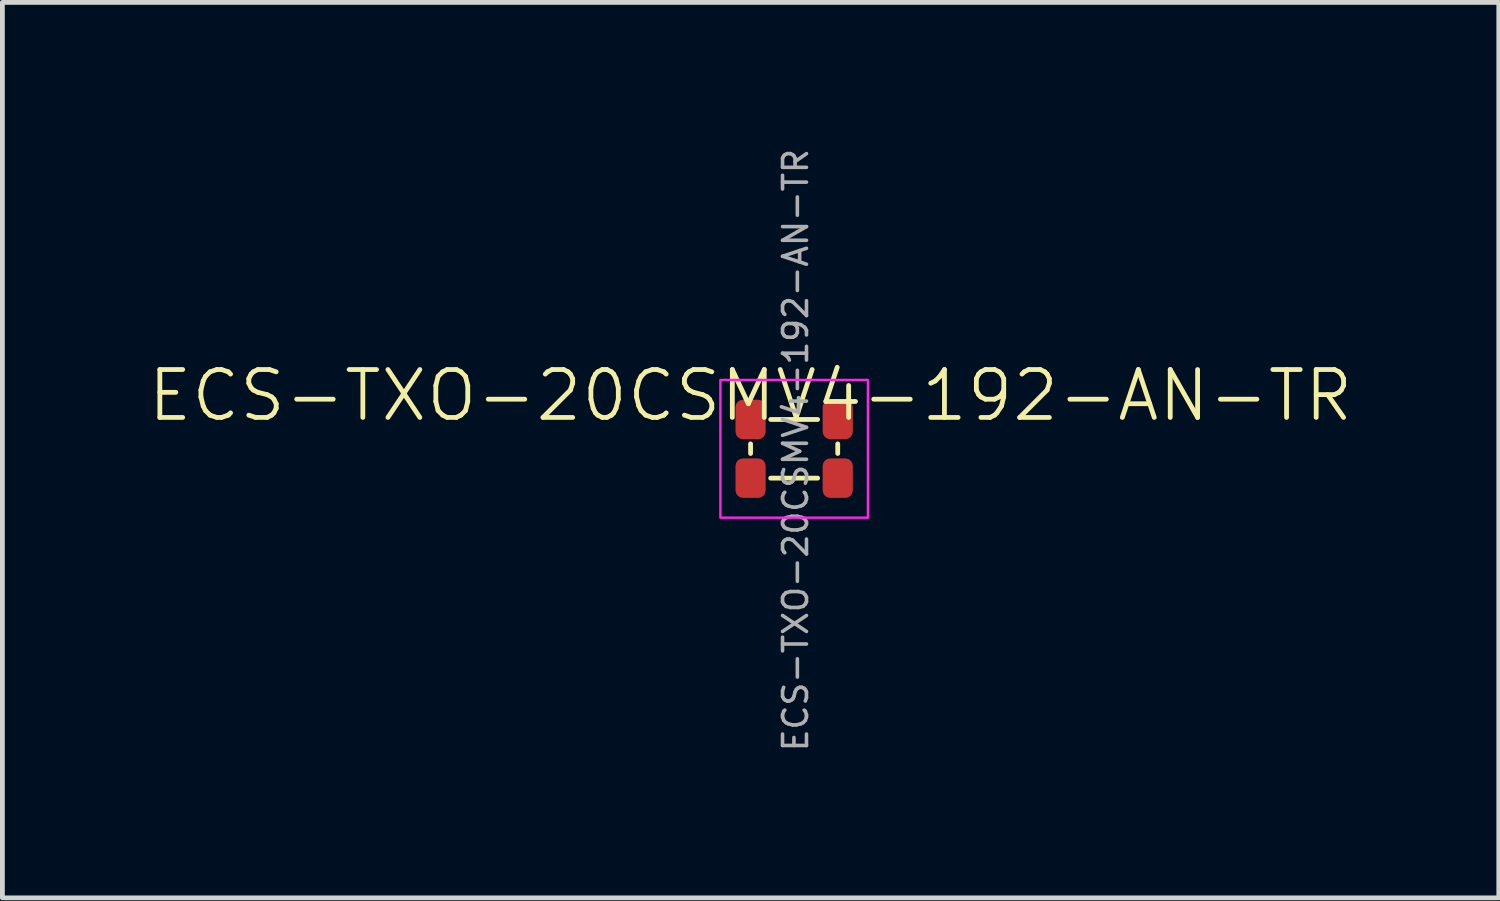
<source format=kicad_pcb>
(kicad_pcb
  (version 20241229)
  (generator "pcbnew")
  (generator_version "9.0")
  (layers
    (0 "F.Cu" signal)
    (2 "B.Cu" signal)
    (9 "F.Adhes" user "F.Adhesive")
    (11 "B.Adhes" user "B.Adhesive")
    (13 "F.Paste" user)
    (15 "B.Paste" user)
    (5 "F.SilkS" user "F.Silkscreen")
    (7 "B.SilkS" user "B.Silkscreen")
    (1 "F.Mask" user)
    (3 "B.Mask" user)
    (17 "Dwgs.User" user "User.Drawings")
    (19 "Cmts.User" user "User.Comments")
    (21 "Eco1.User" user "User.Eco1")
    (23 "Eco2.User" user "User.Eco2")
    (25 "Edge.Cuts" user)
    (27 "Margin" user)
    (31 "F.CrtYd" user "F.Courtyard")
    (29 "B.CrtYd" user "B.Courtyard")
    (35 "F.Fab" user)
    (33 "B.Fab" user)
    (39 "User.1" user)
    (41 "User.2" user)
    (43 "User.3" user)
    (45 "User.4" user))
  (footprint "ECS-TXO-20CSMV4-192-AN-TR"
    (layer "F.Cu")
    (at 13.581 6.318)
    (property "Reference" "ECS-TXO-20CSMV4-192-AN-TR" (at -0.96 -1.11 0) (unlocked yes) (layer "F.SilkS") (effects (font (size 1 1) (thickness 0.1))))
    (attr smd)
    (fp_line (start -0.96 0.1) (end -0.96 -0.1) (stroke (width 0.1) (type default)) (layer "F.SilkS"))
    (fp_line (start -0.54 -0.61) (end 0.44 -0.61) (stroke (width 0.1) (type default)) (layer "F.SilkS"))
    (fp_line (start -0.54 0.615) (end 0.44 0.615) (stroke (width 0.1) (type default)) (layer "F.SilkS"))
    (fp_line (start 0.86 -0.1) (end 0.86 0.1) (stroke (width 0.1) (type default)) (layer "F.SilkS"))
    (fp_rect (start -1.59 -1.435) (end 1.49 1.44) (stroke (width 0.05) (type default)) (fill no) (layer "F.CrtYd"))
    (fp_text user "${REFERENCE}" (at -0.02 0.03 90) (layer "F.Fab") (effects (font (size 0.5 0.5) (thickness 0.075))))
    (pad "1" smd roundrect (at -0.96 0.615 270) (size 0.825 0.63) (layers "F.Cu" "F.Mask" "F.Paste") (roundrect_rratio 0.25))
    (pad "2" smd roundrect (at 0.86 0.615 90) (size 0.825 0.63) (layers "F.Cu" "F.Mask" "F.Paste") (roundrect_rratio 0.25))
    (pad "3" smd roundrect (at 0.86 -0.61 270) (size 0.825 0.63) (layers "F.Cu" "F.Mask" "F.Paste") (roundrect_rratio 0.25))
    (pad "4" smd roundrect (at -0.96 -0.61 270) (size 0.825 0.63) (layers "F.Cu" "F.Mask" "F.Paste") (roundrect_rratio 0.25)))
  (gr_rect
    (start -3 -3)
    (end 28.243 15.696)
    (stroke (width 0.1) (type default))
    (fill no)
    (layer "Edge.Cuts")))
</source>
